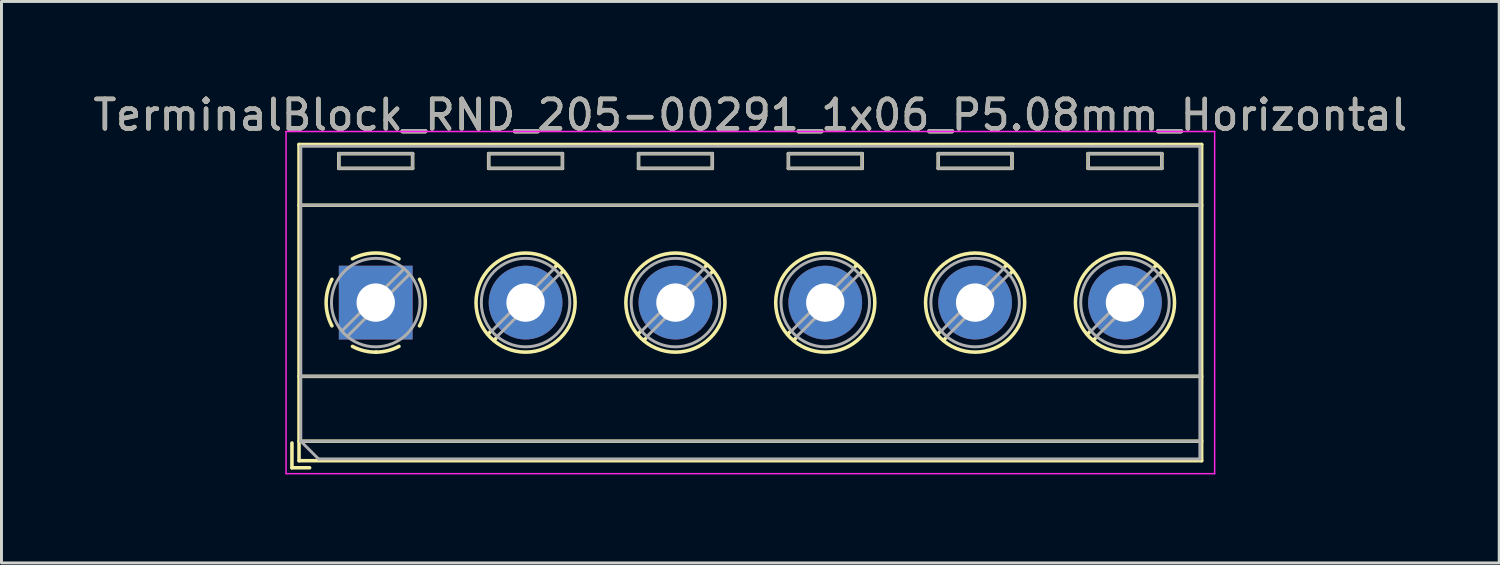
<source format=kicad_pcb>
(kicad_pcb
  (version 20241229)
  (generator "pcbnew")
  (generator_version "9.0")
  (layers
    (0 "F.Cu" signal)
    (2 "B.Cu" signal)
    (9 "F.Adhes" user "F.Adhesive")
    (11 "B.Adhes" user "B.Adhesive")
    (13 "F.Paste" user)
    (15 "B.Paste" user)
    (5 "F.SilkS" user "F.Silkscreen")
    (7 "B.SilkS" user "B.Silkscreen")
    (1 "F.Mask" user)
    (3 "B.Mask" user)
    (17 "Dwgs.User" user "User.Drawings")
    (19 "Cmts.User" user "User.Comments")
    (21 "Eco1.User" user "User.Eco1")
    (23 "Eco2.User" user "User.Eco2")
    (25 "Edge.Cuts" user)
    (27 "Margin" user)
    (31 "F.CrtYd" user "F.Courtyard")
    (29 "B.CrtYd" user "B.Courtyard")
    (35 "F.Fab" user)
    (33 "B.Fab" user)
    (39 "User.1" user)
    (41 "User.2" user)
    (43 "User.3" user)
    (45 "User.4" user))
  (footprint "TerminalBlock_RND_205-00291_1x06_P5.08mm_Horizontal"
    (layer "F.Cu")
    (at 9.687 7.208)
    (property "Reference" "TerminalBlock_RND_205-00291_1x06_P5.08mm_Horizontal" (at 12.7 -6.36 0) (layer "F.SilkS") (effects (font (size 1 1) (thickness 0.15))))
    (attr through_hole)
    (fp_line (start -2.84 4.76) (end -2.84 5.6) (stroke (width 0.12) (type solid)) (layer "F.SilkS"))
    (fp_line (start -2.84 5.6) (end -2.24 5.6) (stroke (width 0.12) (type solid)) (layer "F.SilkS"))
    (fp_line (start -2.6 -5.36) (end -2.6 5.36) (stroke (width 0.12) (type solid)) (layer "F.SilkS"))
    (fp_line (start -2.6 -5.36) (end 28 -5.36) (stroke (width 0.12) (type solid)) (layer "F.SilkS"))
    (fp_line (start -2.6 -3.3) (end 28 -3.3) (stroke (width 0.12) (type solid)) (layer "F.SilkS"))
    (fp_line (start -2.6 2.5) (end 28 2.5) (stroke (width 0.12) (type solid)) (layer "F.SilkS"))
    (fp_line (start -2.6 4.7) (end 28 4.7) (stroke (width 0.12) (type solid)) (layer "F.SilkS"))
    (fp_line (start -2.6 5.36) (end 28 5.36) (stroke (width 0.12) (type solid)) (layer "F.SilkS"))
    (fp_line (start -1.25 -5.05) (end -1.25 -4.55) (stroke (width 0.12) (type solid)) (layer "F.SilkS"))
    (fp_line (start -1.25 -5.05) (end 1.25 -5.05) (stroke (width 0.12) (type solid)) (layer "F.SilkS"))
    (fp_line (start -1.25 -4.55) (end 1.25 -4.55) (stroke (width 0.12) (type solid)) (layer "F.SilkS"))
    (fp_line (start 1.25 -5.05) (end 1.25 -4.55) (stroke (width 0.12) (type solid)) (layer "F.SilkS"))
    (fp_line (start 3.83 -5.05) (end 3.83 -4.55) (stroke (width 0.12) (type solid)) (layer "F.SilkS"))
    (fp_line (start 3.83 -5.05) (end 6.33 -5.05) (stroke (width 0.12) (type solid)) (layer "F.SilkS"))
    (fp_line (start 3.83 -4.55) (end 6.33 -4.55) (stroke (width 0.12) (type solid)) (layer "F.SilkS"))
    (fp_line (start 3.9 0.976) (end 3.806 1.069) (stroke (width 0.12) (type solid)) (layer "F.SilkS"))
    (fp_line (start 4.07 1.216) (end 4.011 1.274) (stroke (width 0.12) (type solid)) (layer "F.SilkS"))
    (fp_line (start 6.15 -1.275) (end 6.091 -1.216) (stroke (width 0.12) (type solid)) (layer "F.SilkS"))
    (fp_line (start 6.33 -5.05) (end 6.33 -4.55) (stroke (width 0.12) (type solid)) (layer "F.SilkS"))
    (fp_line (start 6.355 -1.069) (end 6.261 -0.976) (stroke (width 0.12) (type solid)) (layer "F.SilkS"))
    (fp_line (start 8.91 -5.05) (end 8.91 -4.55) (stroke (width 0.12) (type solid)) (layer "F.SilkS"))
    (fp_line (start 8.91 -5.05) (end 11.41 -5.05) (stroke (width 0.12) (type solid)) (layer "F.SilkS"))
    (fp_line (start 8.91 -4.55) (end 11.41 -4.55) (stroke (width 0.12) (type solid)) (layer "F.SilkS"))
    (fp_line (start 8.98 0.976) (end 8.886 1.069) (stroke (width 0.12) (type solid)) (layer "F.SilkS"))
    (fp_line (start 9.15 1.216) (end 9.091 1.274) (stroke (width 0.12) (type solid)) (layer "F.SilkS"))
    (fp_line (start 11.23 -1.275) (end 11.171 -1.216) (stroke (width 0.12) (type solid)) (layer "F.SilkS"))
    (fp_line (start 11.41 -5.05) (end 11.41 -4.55) (stroke (width 0.12) (type solid)) (layer "F.SilkS"))
    (fp_line (start 11.435 -1.069) (end 11.341 -0.976) (stroke (width 0.12) (type solid)) (layer "F.SilkS"))
    (fp_line (start 13.99 -5.05) (end 13.99 -4.55) (stroke (width 0.12) (type solid)) (layer "F.SilkS"))
    (fp_line (start 13.99 -5.05) (end 16.49 -5.05) (stroke (width 0.12) (type solid)) (layer "F.SilkS"))
    (fp_line (start 13.99 -4.55) (end 16.49 -4.55) (stroke (width 0.12) (type solid)) (layer "F.SilkS"))
    (fp_line (start 14.06 0.976) (end 13.966 1.069) (stroke (width 0.12) (type solid)) (layer "F.SilkS"))
    (fp_line (start 14.23 1.216) (end 14.171 1.274) (stroke (width 0.12) (type solid)) (layer "F.SilkS"))
    (fp_line (start 16.31 -1.275) (end 16.251 -1.216) (stroke (width 0.12) (type solid)) (layer "F.SilkS"))
    (fp_line (start 16.49 -5.05) (end 16.49 -4.55) (stroke (width 0.12) (type solid)) (layer "F.SilkS"))
    (fp_line (start 16.515 -1.069) (end 16.421 -0.976) (stroke (width 0.12) (type solid)) (layer "F.SilkS"))
    (fp_line (start 19.07 -5.05) (end 19.07 -4.55) (stroke (width 0.12) (type solid)) (layer "F.SilkS"))
    (fp_line (start 19.07 -5.05) (end 21.57 -5.05) (stroke (width 0.12) (type solid)) (layer "F.SilkS"))
    (fp_line (start 19.07 -4.55) (end 21.57 -4.55) (stroke (width 0.12) (type solid)) (layer "F.SilkS"))
    (fp_line (start 19.14 0.976) (end 19.046 1.069) (stroke (width 0.12) (type solid)) (layer "F.SilkS"))
    (fp_line (start 19.31 1.216) (end 19.251 1.274) (stroke (width 0.12) (type solid)) (layer "F.SilkS"))
    (fp_line (start 21.39 -1.275) (end 21.331 -1.216) (stroke (width 0.12) (type solid)) (layer "F.SilkS"))
    (fp_line (start 21.57 -5.05) (end 21.57 -4.55) (stroke (width 0.12) (type solid)) (layer "F.SilkS"))
    (fp_line (start 21.595 -1.069) (end 21.501 -0.976) (stroke (width 0.12) (type solid)) (layer "F.SilkS"))
    (fp_line (start 24.15 -5.05) (end 24.15 -4.55) (stroke (width 0.12) (type solid)) (layer "F.SilkS"))
    (fp_line (start 24.15 -5.05) (end 26.65 -5.05) (stroke (width 0.12) (type solid)) (layer "F.SilkS"))
    (fp_line (start 24.15 -4.55) (end 26.65 -4.55) (stroke (width 0.12) (type solid)) (layer "F.SilkS"))
    (fp_line (start 24.22 0.976) (end 24.126 1.069) (stroke (width 0.12) (type solid)) (layer "F.SilkS"))
    (fp_line (start 24.39 1.216) (end 24.331 1.274) (stroke (width 0.12) (type solid)) (layer "F.SilkS"))
    (fp_line (start 26.47 -1.275) (end 26.411 -1.216) (stroke (width 0.12) (type solid)) (layer "F.SilkS"))
    (fp_line (start 26.65 -5.05) (end 26.65 -4.55) (stroke (width 0.12) (type solid)) (layer "F.SilkS"))
    (fp_line (start 26.675 -1.069) (end 26.581 -0.976) (stroke (width 0.12) (type solid)) (layer "F.SilkS"))
    (fp_line (start 28 -5.36) (end 28 5.36) (stroke (width 0.12) (type solid)) (layer "F.SilkS"))
    (fp_arc (start -1.483953 0.789089) (mid -1.680708 0.00005) (end -1.484 -0.789) (stroke (width 0.12) (type solid)) (layer "F.SilkS"))
    (fp_arc (start -0.789089 -1.483953) (mid -0.00005 -1.680708) (end 0.789 -1.484) (stroke (width 0.12) (type solid)) (layer "F.SilkS"))
    (fp_arc (start 0.029383 1.68045) (mid -0.392304 1.634281) (end -0.789 1.484) (stroke (width 0.12) (type solid)) (layer "F.SilkS"))
    (fp_arc (start 0.788712 1.483352) (mid 0.406429 1.630097) (end 0 1.68) (stroke (width 0.12) (type solid)) (layer "F.SilkS"))
    (fp_arc (start 1.483953 -0.789089) (mid 1.680708 -0.00005) (end 1.484 0.789) (stroke (width 0.12) (type solid)) (layer "F.SilkS"))
    (fp_circle (center 5.08 0) (end 6.76 0) (stroke (width 0.12) (type solid)) (fill no) (layer "F.SilkS"))
    (fp_circle (center 10.16 0) (end 11.84 0) (stroke (width 0.12) (type solid)) (fill no) (layer "F.SilkS"))
    (fp_circle (center 15.24 0) (end 16.92 0) (stroke (width 0.12) (type solid)) (fill no) (layer "F.SilkS"))
    (fp_circle (center 20.32 0) (end 22 0) (stroke (width 0.12) (type solid)) (fill no) (layer "F.SilkS"))
    (fp_circle (center 25.4 0) (end 27.08 0) (stroke (width 0.12) (type solid)) (fill no) (layer "F.SilkS"))
    (fp_line (start -3.04 -5.8) (end -3.04 5.8) (stroke (width 0.05) (type solid)) (layer "F.CrtYd"))
    (fp_line (start -3.04 5.8) (end 28.44 5.8) (stroke (width 0.05) (type solid)) (layer "F.CrtYd"))
    (fp_line (start 28.44 -5.8) (end -3.04 -5.8) (stroke (width 0.05) (type solid)) (layer "F.CrtYd"))
    (fp_line (start 28.44 5.8) (end 28.44 -5.8) (stroke (width 0.05) (type solid)) (layer "F.CrtYd"))
    (fp_line (start -2.54 -5.3) (end 27.94 -5.3) (stroke (width 0.1) (type solid)) (layer "F.Fab"))
    (fp_line (start -2.54 -3.3) (end 27.94 -3.3) (stroke (width 0.1) (type solid)) (layer "F.Fab"))
    (fp_line (start -2.54 2.5) (end 27.94 2.5) (stroke (width 0.1) (type solid)) (layer "F.Fab"))
    (fp_line (start -2.54 4.7) (end -2.54 -5.3) (stroke (width 0.1) (type solid)) (layer "F.Fab"))
    (fp_line (start -2.54 4.7) (end 27.94 4.7) (stroke (width 0.1) (type solid)) (layer "F.Fab"))
    (fp_line (start -1.94 5.3) (end -2.54 4.7) (stroke (width 0.1) (type solid)) (layer "F.Fab"))
    (fp_line (start -1.25 -5.05) (end -1.25 -4.55) (stroke (width 0.1) (type solid)) (layer "F.Fab"))
    (fp_line (start -1.25 -4.55) (end 1.25 -4.55) (stroke (width 0.1) (type solid)) (layer "F.Fab"))
    (fp_line (start 0.955 -1.138) (end -1.138 0.955) (stroke (width 0.1) (type solid)) (layer "F.Fab"))
    (fp_line (start 1.138 -0.955) (end -0.955 1.138) (stroke (width 0.1) (type solid)) (layer "F.Fab"))
    (fp_line (start 1.25 -5.05) (end -1.25 -5.05) (stroke (width 0.1) (type solid)) (layer "F.Fab"))
    (fp_line (start 1.25 -4.55) (end 1.25 -5.05) (stroke (width 0.1) (type solid)) (layer "F.Fab"))
    (fp_line (start 3.83 -5.05) (end 3.83 -4.55) (stroke (width 0.1) (type solid)) (layer "F.Fab"))
    (fp_line (start 3.83 -4.55) (end 6.33 -4.55) (stroke (width 0.1) (type solid)) (layer "F.Fab"))
    (fp_line (start 6.035 -1.138) (end 3.943 0.955) (stroke (width 0.1) (type solid)) (layer "F.Fab"))
    (fp_line (start 6.218 -0.955) (end 4.126 1.138) (stroke (width 0.1) (type solid)) (layer "F.Fab"))
    (fp_line (start 6.33 -5.05) (end 3.83 -5.05) (stroke (width 0.1) (type solid)) (layer "F.Fab"))
    (fp_line (start 6.33 -4.55) (end 6.33 -5.05) (stroke (width 0.1) (type solid)) (layer "F.Fab"))
    (fp_line (start 8.91 -5.05) (end 8.91 -4.55) (stroke (width 0.1) (type solid)) (layer "F.Fab"))
    (fp_line (start 8.91 -4.55) (end 11.41 -4.55) (stroke (width 0.1) (type solid)) (layer "F.Fab"))
    (fp_line (start 11.115 -1.138) (end 9.023 0.955) (stroke (width 0.1) (type solid)) (layer "F.Fab"))
    (fp_line (start 11.298 -0.955) (end 9.206 1.138) (stroke (width 0.1) (type solid)) (layer "F.Fab"))
    (fp_line (start 11.41 -5.05) (end 8.91 -5.05) (stroke (width 0.1) (type solid)) (layer "F.Fab"))
    (fp_line (start 11.41 -4.55) (end 11.41 -5.05) (stroke (width 0.1) (type solid)) (layer "F.Fab"))
    (fp_line (start 13.99 -5.05) (end 13.99 -4.55) (stroke (width 0.1) (type solid)) (layer "F.Fab"))
    (fp_line (start 13.99 -4.55) (end 16.49 -4.55) (stroke (width 0.1) (type solid)) (layer "F.Fab"))
    (fp_line (start 16.195 -1.138) (end 14.103 0.955) (stroke (width 0.1) (type solid)) (layer "F.Fab"))
    (fp_line (start 16.378 -0.955) (end 14.286 1.138) (stroke (width 0.1) (type solid)) (layer "F.Fab"))
    (fp_line (start 16.49 -5.05) (end 13.99 -5.05) (stroke (width 0.1) (type solid)) (layer "F.Fab"))
    (fp_line (start 16.49 -4.55) (end 16.49 -5.05) (stroke (width 0.1) (type solid)) (layer "F.Fab"))
    (fp_line (start 19.07 -5.05) (end 19.07 -4.55) (stroke (width 0.1) (type solid)) (layer "F.Fab"))
    (fp_line (start 19.07 -4.55) (end 21.57 -4.55) (stroke (width 0.1) (type solid)) (layer "F.Fab"))
    (fp_line (start 21.275 -1.138) (end 19.183 0.955) (stroke (width 0.1) (type solid)) (layer "F.Fab"))
    (fp_line (start 21.458 -0.955) (end 19.366 1.138) (stroke (width 0.1) (type solid)) (layer "F.Fab"))
    (fp_line (start 21.57 -5.05) (end 19.07 -5.05) (stroke (width 0.1) (type solid)) (layer "F.Fab"))
    (fp_line (start 21.57 -4.55) (end 21.57 -5.05) (stroke (width 0.1) (type solid)) (layer "F.Fab"))
    (fp_line (start 24.15 -5.05) (end 24.15 -4.55) (stroke (width 0.1) (type solid)) (layer "F.Fab"))
    (fp_line (start 24.15 -4.55) (end 26.65 -4.55) (stroke (width 0.1) (type solid)) (layer "F.Fab"))
    (fp_line (start 26.355 -1.138) (end 24.263 0.955) (stroke (width 0.1) (type solid)) (layer "F.Fab"))
    (fp_line (start 26.538 -0.955) (end 24.446 1.138) (stroke (width 0.1) (type solid)) (layer "F.Fab"))
    (fp_line (start 26.65 -5.05) (end 24.15 -5.05) (stroke (width 0.1) (type solid)) (layer "F.Fab"))
    (fp_line (start 26.65 -4.55) (end 26.65 -5.05) (stroke (width 0.1) (type solid)) (layer "F.Fab"))
    (fp_line (start 27.94 -5.3) (end 27.94 5.3) (stroke (width 0.1) (type solid)) (layer "F.Fab"))
    (fp_line (start 27.94 5.3) (end -1.94 5.3) (stroke (width 0.1) (type solid)) (layer "F.Fab"))
    (fp_circle (center 0 0) (end 1.5 0) (stroke (width 0.1) (type solid)) (fill no) (layer "F.Fab"))
    (fp_circle (center 5.08 0) (end 6.58 0) (stroke (width 0.1) (type solid)) (fill no) (layer "F.Fab"))
    (fp_circle (center 10.16 0) (end 11.66 0) (stroke (width 0.1) (type solid)) (fill no) (layer "F.Fab"))
    (fp_circle (center 15.24 0) (end 16.74 0) (stroke (width 0.1) (type solid)) (fill no) (layer "F.Fab"))
    (fp_circle (center 20.32 0) (end 21.82 0) (stroke (width 0.1) (type solid)) (fill no) (layer "F.Fab"))
    (fp_circle (center 25.4 0) (end 26.9 0) (stroke (width 0.1) (type solid)) (fill no) (layer "F.Fab"))
    (fp_text user "${REFERENCE}" (at 12.7 -6.36 0) (layer "F.Fab") (effects (font (size 1 1) (thickness 0.15))))
    (pad "1" thru_hole rect (at 0 0) (size 2.5 2.5) (drill 1.3) (layers "*.Cu" "*.Mask"))
    (pad "2" thru_hole circle (at 5.08 0) (size 2.5 2.5) (drill 1.3) (layers "*.Cu" "*.Mask"))
    (pad "3" thru_hole circle (at 10.16 0) (size 2.5 2.5) (drill 1.3) (layers "*.Cu" "*.Mask"))
    (pad "4" thru_hole circle (at 15.24 0) (size 2.5 2.5) (drill 1.3) (layers "*.Cu" "*.Mask"))
    (pad "5" thru_hole circle (at 20.32 0) (size 2.5 2.5) (drill 1.3) (layers "*.Cu" "*.Mask"))
    (pad "6" thru_hole circle (at 25.4 0) (size 2.5 2.5) (drill 1.3) (layers "*.Cu" "*.Mask")))
  (gr_rect
    (start -3 -3)
    (end 47.774 16.033)
    (stroke (width 0.1) (type default))
    (fill no)
    (layer "Edge.Cuts")))
</source>
